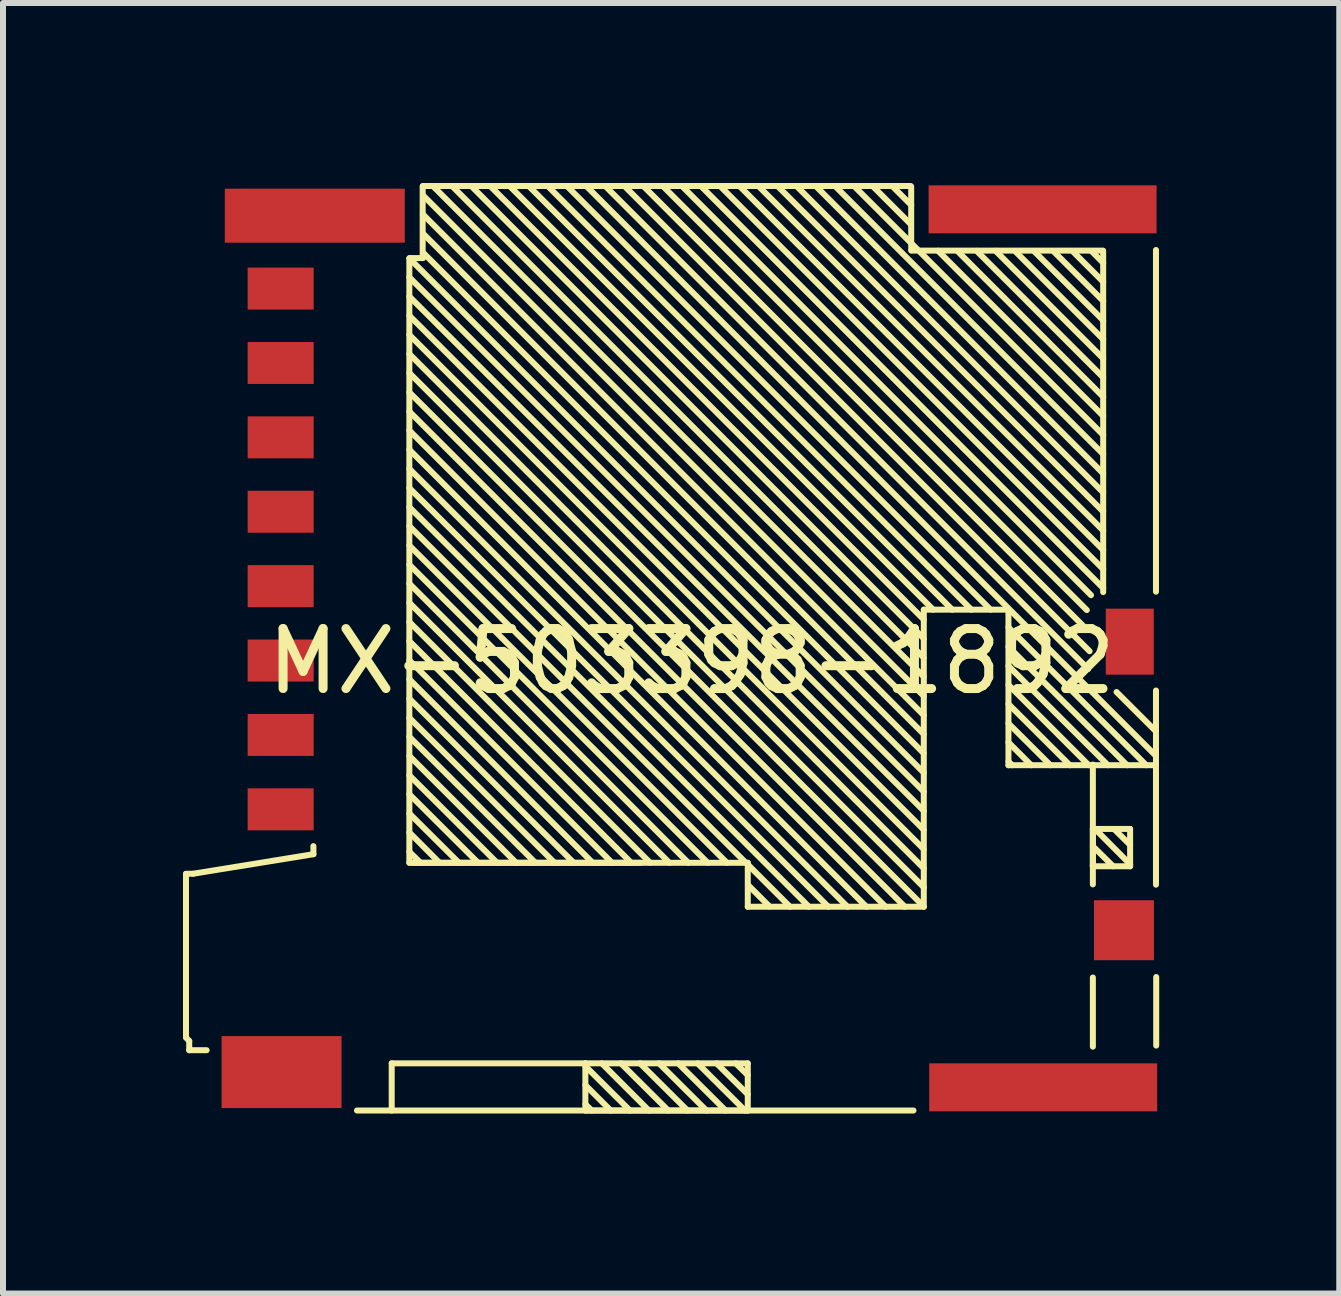
<source format=kicad_pcb>
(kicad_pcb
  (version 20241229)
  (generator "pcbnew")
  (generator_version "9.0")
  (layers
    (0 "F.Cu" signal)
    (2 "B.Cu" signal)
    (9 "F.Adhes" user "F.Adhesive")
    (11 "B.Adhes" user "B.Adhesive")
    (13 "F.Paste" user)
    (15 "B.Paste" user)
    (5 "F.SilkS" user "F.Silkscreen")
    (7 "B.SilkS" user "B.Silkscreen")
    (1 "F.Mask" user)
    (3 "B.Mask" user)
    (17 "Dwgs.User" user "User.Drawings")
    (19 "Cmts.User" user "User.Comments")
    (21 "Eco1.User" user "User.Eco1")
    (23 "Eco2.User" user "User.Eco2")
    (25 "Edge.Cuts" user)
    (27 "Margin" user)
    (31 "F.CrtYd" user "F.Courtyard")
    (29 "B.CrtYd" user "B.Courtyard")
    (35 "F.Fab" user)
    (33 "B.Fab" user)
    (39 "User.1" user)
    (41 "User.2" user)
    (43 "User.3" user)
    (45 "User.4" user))
  (footprint "MX-503398-1892"
    (layer "F.Cu")
    (at 8.478 7.472)
    (property "Reference" "MX-503398-1892" (at 0 0.5 0) (layer "F.SilkS") (effects (font (size 1 1) (thickness 0.15))))
    (attr through_hole)
    (fp_line (start -8.428 6.771) (end -8.428 4.046) (stroke (width 0.1) (type solid)) (layer "F.SilkS"))
    (fp_line (start -8.374 6.829) (end -8.428 6.771) (stroke (width 0.1) (type solid)) (layer "F.SilkS"))
    (fp_line (start -8.374 6.983) (end -8.374 6.829) (stroke (width 0.1) (type solid)) (layer "F.SilkS"))
    (fp_line (start -8.374 6.983) (end -8.084 6.983) (stroke (width 0.1) (type solid)) (layer "F.SilkS"))
    (fp_line (start -8.313 4.042) (end -8.428 4.042) (stroke (width 0.1) (type solid)) (layer "F.SilkS"))
    (fp_line (start -6.304 3.716) (end -8.306 4.041) (stroke (width 0.1) (type solid)) (layer "F.SilkS"))
    (fp_line (start -6.304 3.716) (end -6.304 3.581) (stroke (width 0.1) (type solid)) (layer "F.SilkS"))
    (fp_line (start -4.999 7.988) (end -4.999 7.202) (stroke (width 0.1) (type solid)) (layer "F.SilkS"))
    (fp_line (start -4.999 7.202) (end -1.773 7.202) (stroke (width 0.1) (type solid)) (layer "F.SilkS"))
    (fp_line (start -4.705 -6.216) (end 3.87 2.358) (stroke (width 0.1) (type solid)) (layer "F.SilkS"))
    (fp_line (start -4.705 -6.208) (end -4.705 3.859) (stroke (width 0.1) (type solid)) (layer "F.SilkS"))
    (fp_line (start -4.705 -5.58) (end 3.87 2.994) (stroke (width 0.1) (type solid)) (layer "F.SilkS"))
    (fp_line (start -4.705 -4.941) (end 3.87 3.633) (stroke (width 0.1) (type solid)) (layer "F.SilkS"))
    (fp_line (start -4.705 -4.306) (end 3.87 4.268) (stroke (width 0.1) (type solid)) (layer "F.SilkS"))
    (fp_line (start -4.705 -3.663) (end 3.554 4.592) (stroke (width 0.1) (type solid)) (layer "F.SilkS"))
    (fp_line (start -4.705 -3.027) (end 2.914 4.592) (stroke (width 0.1) (type solid)) (layer "F.SilkS"))
    (fp_line (start -4.705 -2.388) (end 2.279 4.592) (stroke (width 0.1) (type solid)) (layer "F.SilkS"))
    (fp_line (start -4.705 -0.794) (end -0.055 3.859) (stroke (width 0.1) (type solid)) (layer "F.SilkS"))
    (fp_line (start -4.705 -0.155) (end -0.691 3.859) (stroke (width 0.1) (type solid)) (layer "F.SilkS"))
    (fp_line (start -4.705 0.484) (end -1.326 3.859) (stroke (width 0.1) (type solid)) (layer "F.SilkS"))
    (fp_line (start -4.705 1.123) (end -1.965 3.859) (stroke (width 0.1) (type solid)) (layer "F.SilkS"))
    (fp_line (start -4.705 1.759) (end -2.604 3.859) (stroke (width 0.1) (type solid)) (layer "F.SilkS"))
    (fp_line (start -4.705 2.401) (end -3.243 3.859) (stroke (width 0.1) (type solid)) (layer "F.SilkS"))
    (fp_line (start -4.705 3.037) (end -3.879 3.859) (stroke (width 0.1) (type solid)) (layer "F.SilkS"))
    (fp_line (start -4.705 3.676) (end -4.518 3.859) (stroke (width 0.1) (type solid)) (layer "F.SilkS"))
    (fp_line (start -4.651 3.859) (end -0.849 3.859) (stroke (width 0.1) (type solid)) (layer "F.SilkS"))
    (fp_line (start -4.483 -6.223) (end -4.483 -7.414) (stroke (width 0.1) (type solid)) (layer "F.SilkS"))
    (fp_line (start -4.481 -7.422) (end 3.65 -7.422) (stroke (width 0.1) (type solid)) (layer "F.SilkS"))
    (fp_line (start -4.478 -6.22) (end -4.702 -6.22) (stroke (width 0.1) (type solid)) (layer "F.SilkS"))
    (fp_line (start -4.476 -6.629) (end 3.87 1.716) (stroke (width 0.1) (type solid)) (layer "F.SilkS"))
    (fp_line (start -4.474 -7.263) (end 3.87 1.08) (stroke (width 0.1) (type solid)) (layer "F.SilkS"))
    (fp_line (start -4.202 3.859) (end -4.705 3.353) (stroke (width 0.1) (type solid)) (layer "F.SilkS"))
    (fp_line (start -3.559 3.859) (end -4.705 2.717) (stroke (width 0.1) (type solid)) (layer "F.SilkS"))
    (fp_line (start -2.924 3.859) (end -4.705 2.078) (stroke (width 0.1) (type solid)) (layer "F.SilkS"))
    (fp_line (start -2.285 3.859) (end -4.705 1.443) (stroke (width 0.1) (type solid)) (layer "F.SilkS"))
    (fp_line (start -1.771 7.202) (end -1.771 7.988) (stroke (width 0.1) (type solid)) (layer "F.SilkS"))
    (fp_line (start -1.771 7.565) (end -1.348 7.988) (stroke (width 0.1) (type solid)) (layer "F.SilkS"))
    (fp_line (start -1.664 7.988) (end -1.771 7.884) (stroke (width 0.1) (type solid)) (layer "F.SilkS"))
    (fp_line (start -1.649 3.859) (end -4.705 0.8) (stroke (width 0.1) (type solid)) (layer "F.SilkS"))
    (fp_line (start -1.498 7.202) (end -0.712 7.988) (stroke (width 0.1) (type solid)) (layer "F.SilkS"))
    (fp_line (start -1.441 -7.422) (end 6.61 0.629) (stroke (width 0.1) (type solid)) (layer "F.SilkS"))
    (fp_line (start -1.028 7.988) (end -1.771 7.249) (stroke (width 0.1) (type solid)) (layer "F.SilkS"))
    (fp_line (start -1.006 3.859) (end -4.705 0.164) (stroke (width 0.1) (type solid)) (layer "F.SilkS"))
    (fp_line (start -0.859 7.202) (end -0.069 7.988) (stroke (width 0.1) (type solid)) (layer "F.SilkS"))
    (fp_line (start -0.389 7.988) (end -1.179 7.202) (stroke (width 0.1) (type solid)) (layer "F.SilkS"))
    (fp_line (start -0.371 3.859) (end -4.705 -0.475) (stroke (width 0.1) (type solid)) (layer "F.SilkS"))
    (fp_line (start -0.224 7.202) (end 0.566 7.988) (stroke (width 0.1) (type solid)) (layer "F.SilkS"))
    (fp_line (start -0.163 -7.422) (end 6.657 -0.602) (stroke (width 0.1) (type solid)) (layer "F.SilkS"))
    (fp_line (start 0.247 7.988) (end -0.543 7.202) (stroke (width 0.1) (type solid)) (layer "F.SilkS"))
    (fp_line (start 0.268 3.859) (end -4.705 -1.11) (stroke (width 0.1) (type solid)) (layer "F.SilkS"))
    (fp_line (start 0.415 7.202) (end 0.936 7.719) (stroke (width 0.1) (type solid)) (layer "F.SilkS"))
    (fp_line (start 0.473 -7.422) (end 6.86 -1.035) (stroke (width 0.1) (type solid)) (layer "F.SilkS"))
    (fp_line (start 0.588 3.859) (end -4.705 -1.43) (stroke (width 0.1) (type solid)) (layer "F.SilkS"))
    (fp_line (start 0.889 7.988) (end 0.099 7.202) (stroke (width 0.1) (type solid)) (layer "F.SilkS"))
    (fp_line (start 0.904 3.859) (end -4.705 -1.753) (stroke (width 0.1) (type solid)) (layer "F.SilkS"))
    (fp_line (start 0.936 3.859) (end -4.705 3.859) (stroke (width 0.1) (type solid)) (layer "F.SilkS"))
    (fp_line (start 0.936 3.888) (end 1.64 4.592) (stroke (width 0.1) (type solid)) (layer "F.SilkS"))
    (fp_line (start 0.936 4.592) (end 0.936 3.859) (stroke (width 0.1) (type solid)) (layer "F.SilkS"))
    (fp_line (start 0.936 7.202) (end -1.771 7.202) (stroke (width 0.1) (type solid)) (layer "F.SilkS"))
    (fp_line (start 0.936 7.399) (end 0.735 7.202) (stroke (width 0.1) (type solid)) (layer "F.SilkS"))
    (fp_line (start 0.936 7.988) (end -1.771 7.988) (stroke (width 0.1) (type solid)) (layer "F.SilkS"))
    (fp_line (start 0.936 7.988) (end 0.936 7.202) (stroke (width 0.1) (type solid)) (layer "F.SilkS"))
    (fp_line (start 0.946 4.235) (end 1.297 4.586) (stroke (width 0.1) (type solid)) (layer "F.SilkS"))
    (fp_line (start 1.112 -7.422) (end 6.86 -1.678) (stroke (width 0.1) (type solid)) (layer "F.SilkS"))
    (fp_line (start 1.747 -7.422) (end 6.86 -2.313) (stroke (width 0.1) (type solid)) (layer "F.SilkS"))
    (fp_line (start 1.956 4.592) (end -4.705 -2.069) (stroke (width 0.1) (type solid)) (layer "F.SilkS"))
    (fp_line (start 2.39 -7.422) (end 6.86 -2.952) (stroke (width 0.1) (type solid)) (layer "F.SilkS"))
    (fp_line (start 2.598 4.592) (end -4.705 -2.708) (stroke (width 0.1) (type solid)) (layer "F.SilkS"))
    (fp_line (start 3.234 4.592) (end -4.705 -3.347) (stroke (width 0.1) (type solid)) (layer "F.SilkS"))
    (fp_line (start 3.646 -6.791) (end 3.022 -7.415) (stroke (width 0.1) (type solid)) (layer "F.SilkS"))
    (fp_line (start 3.66 -7.104) (end 3.342 -7.422) (stroke (width 0.1) (type solid)) (layer "F.SilkS"))
    (fp_line (start 3.66 -6.35) (end 3.66 -7.412) (stroke (width 0.1) (type solid)) (layer "F.SilkS"))
    (fp_line (start 3.698 7.988) (end -5.578 7.988) (stroke (width 0.1) (type solid)) (layer "F.SilkS"))
    (fp_line (start 3.87 -0.36) (end 3.87 4.592) (stroke (width 0.1) (type solid)) (layer "F.SilkS"))
    (fp_line (start 3.87 -0.195) (end -3.358 -7.422) (stroke (width 0.1) (type solid)) (layer "F.SilkS"))
    (fp_line (start 3.87 0.121) (end -3.674 -7.422) (stroke (width 0.1) (type solid)) (layer "F.SilkS"))
    (fp_line (start 3.87 0.441) (end -3.994 -7.422) (stroke (width 0.1) (type solid)) (layer "F.SilkS"))
    (fp_line (start 3.87 0.757) (end -4.313 -7.422) (stroke (width 0.1) (type solid)) (layer "F.SilkS"))
    (fp_line (start 3.87 1.4) (end -4.48 -6.95) (stroke (width 0.1) (type solid)) (layer "F.SilkS"))
    (fp_line (start 3.87 2.035) (end -4.475 -6.31) (stroke (width 0.1) (type solid)) (layer "F.SilkS"))
    (fp_line (start 3.87 2.674) (end -4.705 -5.9) (stroke (width 0.1) (type solid)) (layer "F.SilkS"))
    (fp_line (start 3.87 3.31) (end -4.705 -5.261) (stroke (width 0.1) (type solid)) (layer "F.SilkS"))
    (fp_line (start 3.87 3.952) (end -4.705 -4.622) (stroke (width 0.1) (type solid)) (layer "F.SilkS"))
    (fp_line (start 3.87 4.588) (end -4.705 -3.983) (stroke (width 0.1) (type solid)) (layer "F.SilkS"))
    (fp_line (start 3.87 4.592) (end 0.936 4.592) (stroke (width 0.1) (type solid)) (layer "F.SilkS"))
    (fp_line (start 4.027 -0.36) (end -3.035 -7.422) (stroke (width 0.1) (type solid)) (layer "F.SilkS"))
    (fp_line (start 4.107 -6.342) (end 6.86 -3.588) (stroke (width 0.1) (type solid)) (layer "F.SilkS"))
    (fp_line (start 4.344 -0.36) (end -2.716 -7.422) (stroke (width 0.1) (type solid)) (layer "F.SilkS"))
    (fp_line (start 4.434 -6.334) (end 6.86 -3.907) (stroke (width 0.1) (type solid)) (layer "F.SilkS"))
    (fp_line (start 4.663 -0.36) (end -2.4 -7.422) (stroke (width 0.1) (type solid)) (layer "F.SilkS"))
    (fp_line (start 4.75 -6.341) (end 6.86 -4.23) (stroke (width 0.1) (type solid)) (layer "F.SilkS"))
    (fp_line (start 4.983 -0.36) (end -2.08 -7.422) (stroke (width 0.1) (type solid)) (layer "F.SilkS"))
    (fp_line (start 5.281 -0.36) (end 3.87 -0.36) (stroke (width 0.1) (type solid)) (layer "F.SilkS"))
    (fp_line (start 5.281 -0.36) (end 5.281 2.233) (stroke (width 0.1) (type solid)) (layer "F.SilkS"))
    (fp_line (start 5.281 -0.065) (end 7.579 2.233) (stroke (width 0.1) (type solid)) (layer "F.SilkS"))
    (fp_line (start 5.281 0.258) (end 7.259 2.233) (stroke (width 0.1) (type solid)) (layer "F.SilkS"))
    (fp_line (start 5.281 0.578) (end 6.94 2.233) (stroke (width 0.1) (type solid)) (layer "F.SilkS"))
    (fp_line (start 5.281 0.893) (end 6.62 2.233) (stroke (width 0.1) (type solid)) (layer "F.SilkS"))
    (fp_line (start 5.281 1.213) (end 6.304 2.233) (stroke (width 0.1) (type solid)) (layer "F.SilkS"))
    (fp_line (start 5.281 1.536) (end 5.981 2.233) (stroke (width 0.1) (type solid)) (layer "F.SilkS"))
    (fp_line (start 5.281 1.852) (end 5.661 2.233) (stroke (width 0.1) (type solid)) (layer "F.SilkS"))
    (fp_line (start 5.281 2.172) (end 5.345 2.233) (stroke (width 0.1) (type solid)) (layer "F.SilkS"))
    (fp_line (start 5.392 -6.335) (end 6.86 -4.866) (stroke (width 0.1) (type solid)) (layer "F.SilkS"))
    (fp_line (start 6.034 -6.331) (end 6.86 -5.505) (stroke (width 0.1) (type solid)) (layer "F.SilkS"))
    (fp_line (start 6.562 -0.054) (end -0.806 -7.422) (stroke (width 0.1) (type solid)) (layer "F.SilkS"))
    (fp_line (start 6.587 -0.353) (end -0.482 -7.422) (stroke (width 0.1) (type solid)) (layer "F.SilkS"))
    (fp_line (start 6.634 0.333) (end -1.121 -7.422) (stroke (width 0.1) (type solid)) (layer "F.SilkS"))
    (fp_line (start 6.68 -6.322) (end 6.86 -6.141) (stroke (width 0.1) (type solid)) (layer "F.SilkS"))
    (fp_line (start 6.688 3.295) (end 6.688 3.917) (stroke (width 0.1) (type solid)) (layer "F.SilkS"))
    (fp_line (start 6.688 3.295) (end 7.309 3.295) (stroke (width 0.1) (type solid)) (layer "F.SilkS"))
    (fp_line (start 6.688 3.902) (end 6.706 3.917) (stroke (width 0.1) (type solid)) (layer "F.SilkS"))
    (fp_line (start 6.688 4.219) (end 6.688 2.222) (stroke (width 0.1) (type solid)) (layer "F.SilkS"))
    (fp_line (start 6.688 6.924) (end 6.688 5.771) (stroke (width 0.1) (type solid)) (layer "F.SilkS"))
    (fp_line (start 6.724 3.295) (end 7.309 3.884) (stroke (width 0.1) (type solid)) (layer "F.SilkS"))
    (fp_line (start 6.855 -6.345) (end 3.663 -6.345) (stroke (width 0.1) (type solid)) (layer "F.SilkS"))
    (fp_line (start 6.86 -5.825) (end 6.36 -6.325) (stroke (width 0.1) (type solid)) (layer "F.SilkS"))
    (fp_line (start 6.86 -5.182) (end 5.71 -6.333) (stroke (width 0.1) (type solid)) (layer "F.SilkS"))
    (fp_line (start 6.86 -4.546) (end 5.066 -6.341) (stroke (width 0.1) (type solid)) (layer "F.SilkS"))
    (fp_line (start 6.86 -3.272) (end 2.706 -7.422) (stroke (width 0.1) (type solid)) (layer "F.SilkS"))
    (fp_line (start 6.86 -2.629) (end 2.067 -7.422) (stroke (width 0.1) (type solid)) (layer "F.SilkS"))
    (fp_line (start 6.86 -1.994) (end 1.431 -7.422) (stroke (width 0.1) (type solid)) (layer "F.SilkS"))
    (fp_line (start 6.86 -1.354) (end 0.796 -7.422) (stroke (width 0.1) (type solid)) (layer "F.SilkS"))
    (fp_line (start 6.86 -0.719) (end 0.153 -7.422) (stroke (width 0.1) (type solid)) (layer "F.SilkS"))
    (fp_line (start 6.86 -0.653) (end 6.86 -6.34) (stroke (width 0.1) (type solid)) (layer "F.SilkS"))
    (fp_line (start 7.026 3.917) (end 6.688 3.583) (stroke (width 0.1) (type solid)) (layer "F.SilkS"))
    (fp_line (start 7.083 1.013) (end 7.733 1.662) (stroke (width 0.1) (type solid)) (layer "F.SilkS"))
    (fp_line (start 7.309 3.295) (end 7.309 3.917) (stroke (width 0.1) (type solid)) (layer "F.SilkS"))
    (fp_line (start 7.309 3.561) (end 7.04 3.295) (stroke (width 0.1) (type solid)) (layer "F.SilkS"))
    (fp_line (start 7.309 3.917) (end 6.688 3.917) (stroke (width 0.1) (type solid)) (layer "F.SilkS"))
    (fp_line (start 7.74 -6.355) (end 7.74 -0.66) (stroke (width 0.1) (type solid)) (layer "F.SilkS"))
    (fp_line (start 7.74 2.078) (end -1.757 -7.422) (stroke (width 0.1) (type solid)) (layer "F.SilkS"))
    (fp_line (start 7.74 2.192) (end 7.74 4.224) (stroke (width 0.1) (type solid)) (layer "F.SilkS"))
    (fp_line (start 7.74 2.233) (end 5.281 2.233) (stroke (width 0.1) (type solid)) (layer "F.SilkS"))
    (fp_line (start 7.74 2.233) (end 7.74 0.988) (stroke (width 0.1) (type solid)) (layer "F.SilkS"))
    (fp_line (start 7.744 6.906) (end 7.744 5.763) (stroke (width 0.1) (type solid)) (layer "F.SilkS"))
    (pad "" smd rect (at -6.835 7.348) (size 2 1.2) (layers "F.Cu" "F.Mask" "F.Paste"))
    (pad "" smd rect (at -6.281 -6.927) (size 3 0.9) (layers "F.Cu" "F.Mask" "F.Paste"))
    (pad "" smd rect (at 5.85 -7.033) (size 3.8 0.8) (layers "F.Cu" "F.Mask" "F.Paste"))
    (pad "" smd rect (at 5.86 7.602) (size 3.8 0.8) (layers "F.Cu" "F.Mask" "F.Paste"))
    (pad "1" smd rect (at -6.85 2.968) (size 1.1 0.7) (layers "F.Cu" "F.Mask" "F.Paste"))
    (pad "2" smd rect (at -6.85 1.728) (size 1.1 0.7) (layers "F.Cu" "F.Mask" "F.Paste"))
    (pad "3" smd rect (at -6.85 0.488) (size 1.1 0.7) (layers "F.Cu" "F.Mask" "F.Paste"))
    (pad "4" smd rect (at -6.85 -0.752) (size 1.1 0.7) (layers "F.Cu" "F.Mask" "F.Paste"))
    (pad "5" smd rect (at -6.85 -1.992) (size 1.1 0.7) (layers "F.Cu" "F.Mask" "F.Paste"))
    (pad "6" smd rect (at -6.85 -3.232) (size 1.1 0.7) (layers "F.Cu" "F.Mask" "F.Paste"))
    (pad "7" smd rect (at -6.85 -4.472) (size 1.1 0.7) (layers "F.Cu" "F.Mask" "F.Paste"))
    (pad "8" smd rect (at -6.85 -5.712) (size 1.1 0.7) (layers "F.Cu" "F.Mask" "F.Paste"))
    (pad "9" smd rect (at 7.303 0.173 90) (size 1.1 0.8) (layers "F.Cu" "F.Mask" "F.Paste"))
    (pad "10" smd rect (at 7.206 4.983) (size 1 1) (layers "F.Cu" "F.Mask" "F.Paste")))
  (gr_rect
    (start -3 -3)
    (end 19.273 18.511)
    (stroke (width 0.1) (type default))
    (fill no)
    (layer "Edge.Cuts")))
</source>
